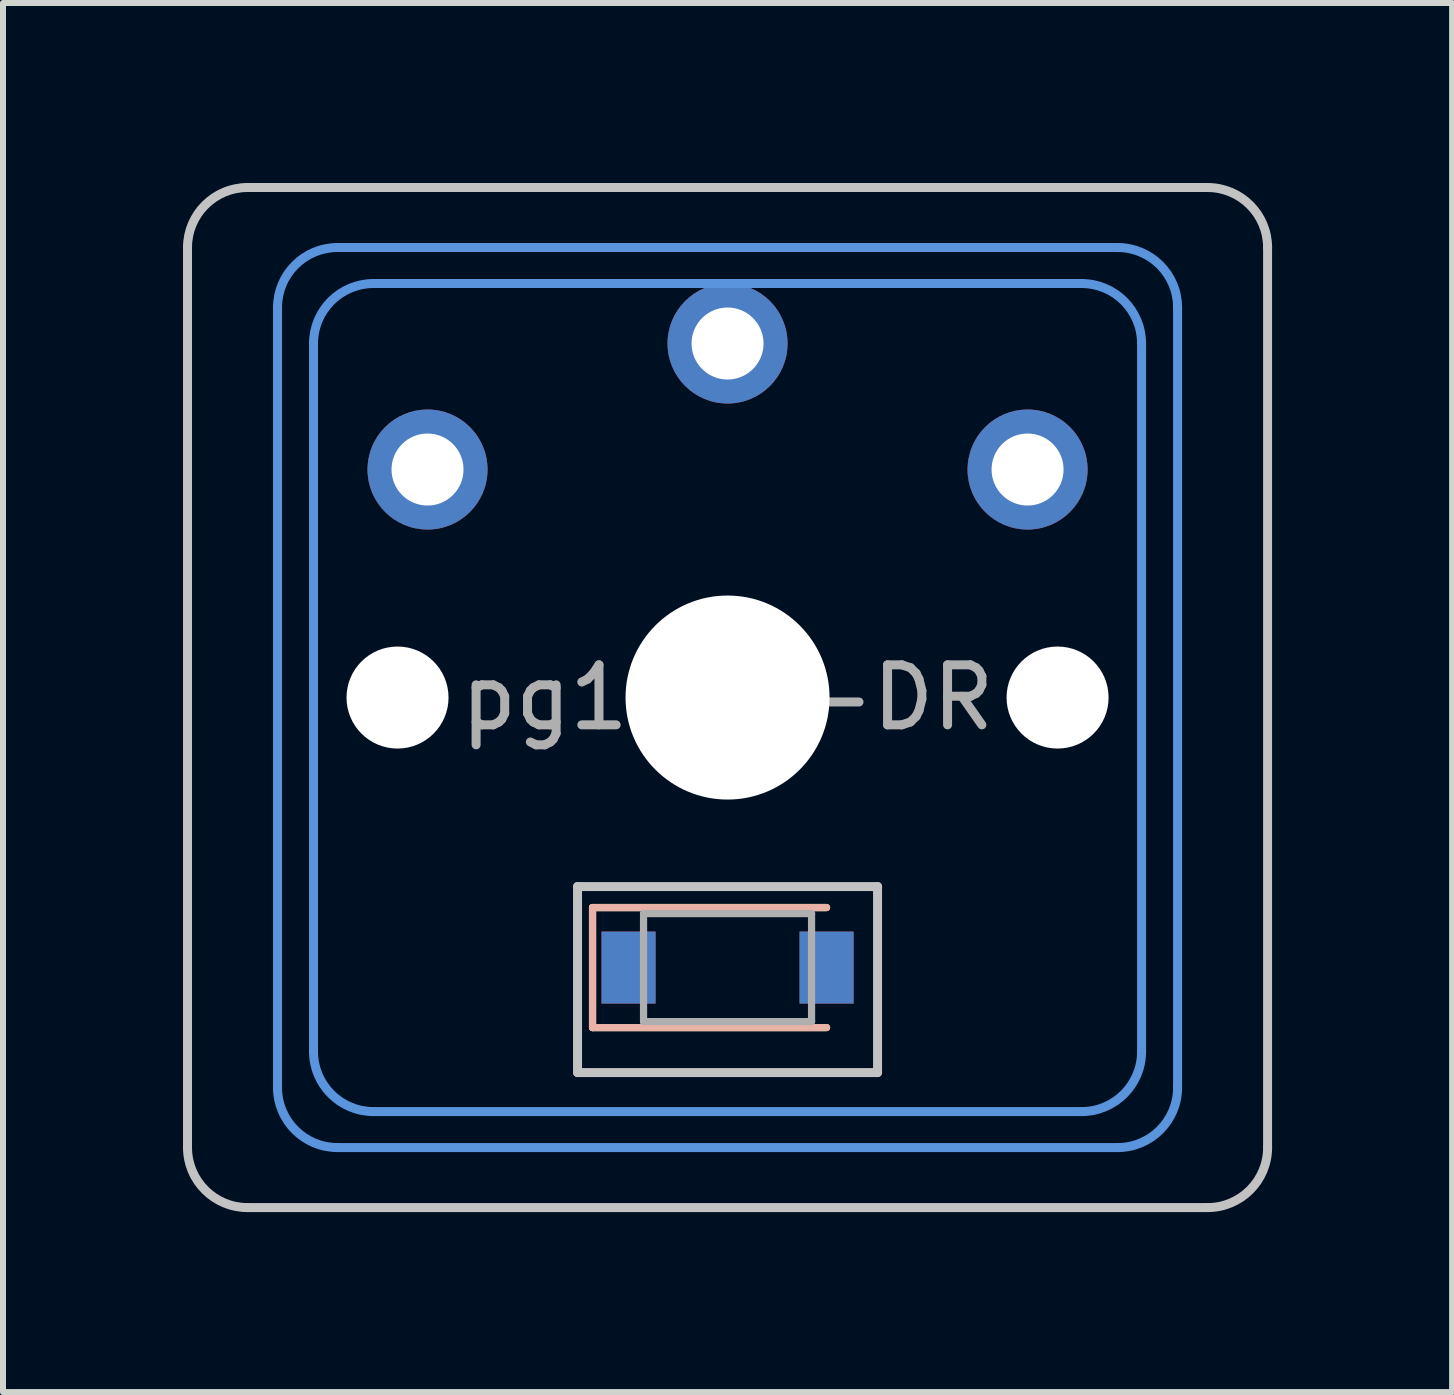
<source format=kicad_pcb>
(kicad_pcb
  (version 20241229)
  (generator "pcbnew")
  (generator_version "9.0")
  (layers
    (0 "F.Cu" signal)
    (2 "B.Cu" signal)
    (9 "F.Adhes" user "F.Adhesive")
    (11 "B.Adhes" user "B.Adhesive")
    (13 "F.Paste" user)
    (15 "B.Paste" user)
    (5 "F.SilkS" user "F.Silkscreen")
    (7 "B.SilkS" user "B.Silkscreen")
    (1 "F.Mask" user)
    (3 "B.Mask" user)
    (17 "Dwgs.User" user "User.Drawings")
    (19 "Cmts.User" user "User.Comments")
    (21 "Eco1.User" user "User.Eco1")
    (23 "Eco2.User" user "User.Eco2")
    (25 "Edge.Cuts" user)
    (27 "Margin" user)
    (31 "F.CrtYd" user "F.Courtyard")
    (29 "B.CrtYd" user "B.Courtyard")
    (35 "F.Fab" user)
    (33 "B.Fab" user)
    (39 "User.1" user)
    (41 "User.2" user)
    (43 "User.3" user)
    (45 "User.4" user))
  (footprint "pg1350-DR"
    (layer "F.Cu")
    (at 9.075 8.575)
    (property "Reference" "pg1350-DR" (at 0 0 0) (layer "F.Fab") (effects (font (size 1 1) (thickness 0.15))))
    (attr smd)
    (fp_line (start -2.25 3.5) (end -2.25 5.5) (stroke (width 0.12) (type solid)) (layer "F.SilkS"))
    (fp_line (start -2.25 3.5) (end 1.65 3.5) (stroke (width 0.12) (type solid)) (layer "F.SilkS"))
    (fp_line (start -2.25 5.5) (end 1.65 5.5) (stroke (width 0.12) (type solid)) (layer "F.SilkS"))
    (fp_line (start -2.25 3.5) (end -2.25 5.5) (stroke (width 0.12) (type solid)) (layer "B.SilkS"))
    (fp_line (start -2.25 3.5) (end 1.65 3.5) (stroke (width 0.12) (type solid)) (layer "B.SilkS"))
    (fp_line (start -2.25 5.5) (end 1.65 5.5) (stroke (width 0.12) (type solid)) (layer "B.SilkS"))
    (fp_line (start -9 7.5) (end -9 -7.5) (stroke (width 0.15) (type solid)) (layer "Dwgs.User"))
    (fp_line (start -8 -8.5) (end 8 -8.5) (stroke (width 0.15) (type solid)) (layer "Dwgs.User"))
    (fp_line (start -2.5 3.15) (end -2.5 6.25) (stroke (width 0.15) (type solid)) (layer "Dwgs.User"))
    (fp_line (start -2.5 6.25) (end 2.5 6.25) (stroke (width 0.15) (type solid)) (layer "Dwgs.User"))
    (fp_line (start 2.5 3.15) (end -2.5 3.15) (stroke (width 0.15) (type solid)) (layer "Dwgs.User"))
    (fp_line (start 2.5 6.25) (end 2.5 3.15) (stroke (width 0.15) (type solid)) (layer "Dwgs.User"))
    (fp_line (start 8 8.5) (end -8 8.5) (stroke (width 0.15) (type solid)) (layer "Dwgs.User"))
    (fp_line (start 9 -7.5) (end 9 7.5) (stroke (width 0.15) (type solid)) (layer "Dwgs.User"))
    (fp_arc (start -9 -7.5) (mid -8.707107 -8.207107) (end -8 -8.5) (stroke (width 0.15) (type solid)) (layer "Dwgs.User"))
    (fp_arc (start -8 8.5) (mid -8.707107 8.207107) (end -9 7.5) (stroke (width 0.15) (type solid)) (layer "Dwgs.User"))
    (fp_arc (start 8 -8.5) (mid 8.707107 -8.207107) (end 9 -7.5) (stroke (width 0.15) (type solid)) (layer "Dwgs.User"))
    (fp_arc (start 9 7.5) (mid 8.707107 8.207107) (end 8 8.5) (stroke (width 0.15) (type solid)) (layer "Dwgs.User"))
    (fp_line (start -7.5 6.5) (end -7.5 -6.5) (stroke (width 0.15) (type solid)) (layer "Cmts.User"))
    (fp_line (start -6.9 5.9) (end -6.9 -5.9) (stroke (width 0.15) (type solid)) (layer "Cmts.User"))
    (fp_line (start -6.5 -7.5) (end 6.5 -7.5) (stroke (width 0.15) (type solid)) (layer "Cmts.User"))
    (fp_line (start -5.9 -6.9) (end 5.9 -6.9) (stroke (width 0.15) (type solid)) (layer "Cmts.User"))
    (fp_line (start 5.9 6.9) (end -5.9 6.9) (stroke (width 0.15) (type solid)) (layer "Cmts.User"))
    (fp_line (start 6.5 7.5) (end -6.5 7.5) (stroke (width 0.15) (type solid)) (layer "Cmts.User"))
    (fp_line (start 6.9 -5.9) (end 6.9 5.9) (stroke (width 0.15) (type solid)) (layer "Cmts.User"))
    (fp_line (start 7.5 -6.5) (end 7.5 6.5) (stroke (width 0.15) (type solid)) (layer "Cmts.User"))
    (fp_arc (start -7.5 -6.5) (mid -7.207107 -7.207107) (end -6.5 -7.5) (stroke (width 0.15) (type solid)) (layer "Cmts.User"))
    (fp_arc (start -6.9 -5.9) (mid -6.607107 -6.607107) (end -5.9 -6.9) (stroke (width 0.15) (type solid)) (layer "Cmts.User"))
    (fp_arc (start -6.5 7.5) (mid -7.207107 7.207107) (end -7.5 6.5) (stroke (width 0.15) (type solid)) (layer "Cmts.User"))
    (fp_arc (start -5.9 6.9) (mid -6.607107 6.607107) (end -6.9 5.9) (stroke (width 0.15) (type solid)) (layer "Cmts.User"))
    (fp_arc (start 5.9 -6.9) (mid 6.607107 -6.607107) (end 6.9 -5.9) (stroke (width 0.15) (type solid)) (layer "Cmts.User"))
    (fp_arc (start 6.5 -7.5) (mid 7.207107 -7.207107) (end 7.5 -6.5) (stroke (width 0.15) (type solid)) (layer "Cmts.User"))
    (fp_arc (start 6.9 5.9) (mid 6.607107 6.607107) (end 5.9 6.9) (stroke (width 0.15) (type solid)) (layer "Cmts.User"))
    (fp_arc (start 7.5 6.5) (mid 7.207107 7.207107) (end 6.5 7.5) (stroke (width 0.15) (type solid)) (layer "Cmts.User"))
    (fp_line (start -1.4 3.6) (end -1.4 5.4) (stroke (width 0.12) (type solid)) (layer "F.Fab"))
    (fp_line (start -1.4 5.4) (end 1.4 5.4) (stroke (width 0.12) (type solid)) (layer "F.Fab"))
    (fp_line (start 1.4 3.6) (end -1.4 3.6) (stroke (width 0.12) (type solid)) (layer "F.Fab"))
    (fp_line (start 1.4 5.4) (end 1.4 3.6) (stroke (width 0.12) (type solid)) (layer "F.Fab"))
    (pad "" np_thru_hole circle (at -5.5 0) (size 1.7 1.7) (drill 1.7) (layers "*.Cu" "*.Mask"))
    (pad "" np_thru_hole circle (at 0 0) (size 3.4 3.4) (drill 3.4) (layers "*.Cu" "*.Mask"))
    (pad "" np_thru_hole circle (at 5.5 0) (size 1.7 1.7) (drill 1.7) (layers "*.Cu" "*.Mask"))
    (pad "1" thru_hole circle (at 0 -5.9) (size 2 2) (drill 1.2) (layers "*.Cu" "*.Mask"))
    (pad "2" smd rect (at -1.65 4.5) (size 0.9 1.2) (layers "F.Cu" "F.Mask" "F.Paste"))
    (pad "2" smd rect (at -1.65 4.5) (size 0.9 1.2) (layers "B.Cu" "B.Mask" "B.Paste"))
    (pad "3" thru_hole circle (at -5 -3.8) (size 2 2) (drill 1.2) (layers "*.Cu" "F.Mask"))
    (pad "3" smd rect (at 1.65 4.5) (size 0.9 1.2) (layers "F.Cu" "F.Mask" "F.Paste"))
    (pad "3" smd rect (at 1.65 4.5) (size 0.9 1.2) (layers "B.Cu" "B.Mask" "B.Paste"))
    (pad "3" thru_hole circle (at 5 -3.8) (size 2 2) (drill 1.2) (layers "*.Cu" "B.Mask")))
  (gr_rect
    (start -3 -3)
    (end 21.15 20.15)
    (stroke (width 0.1) (type default))
    (fill no)
    (layer "Edge.Cuts")))
</source>
